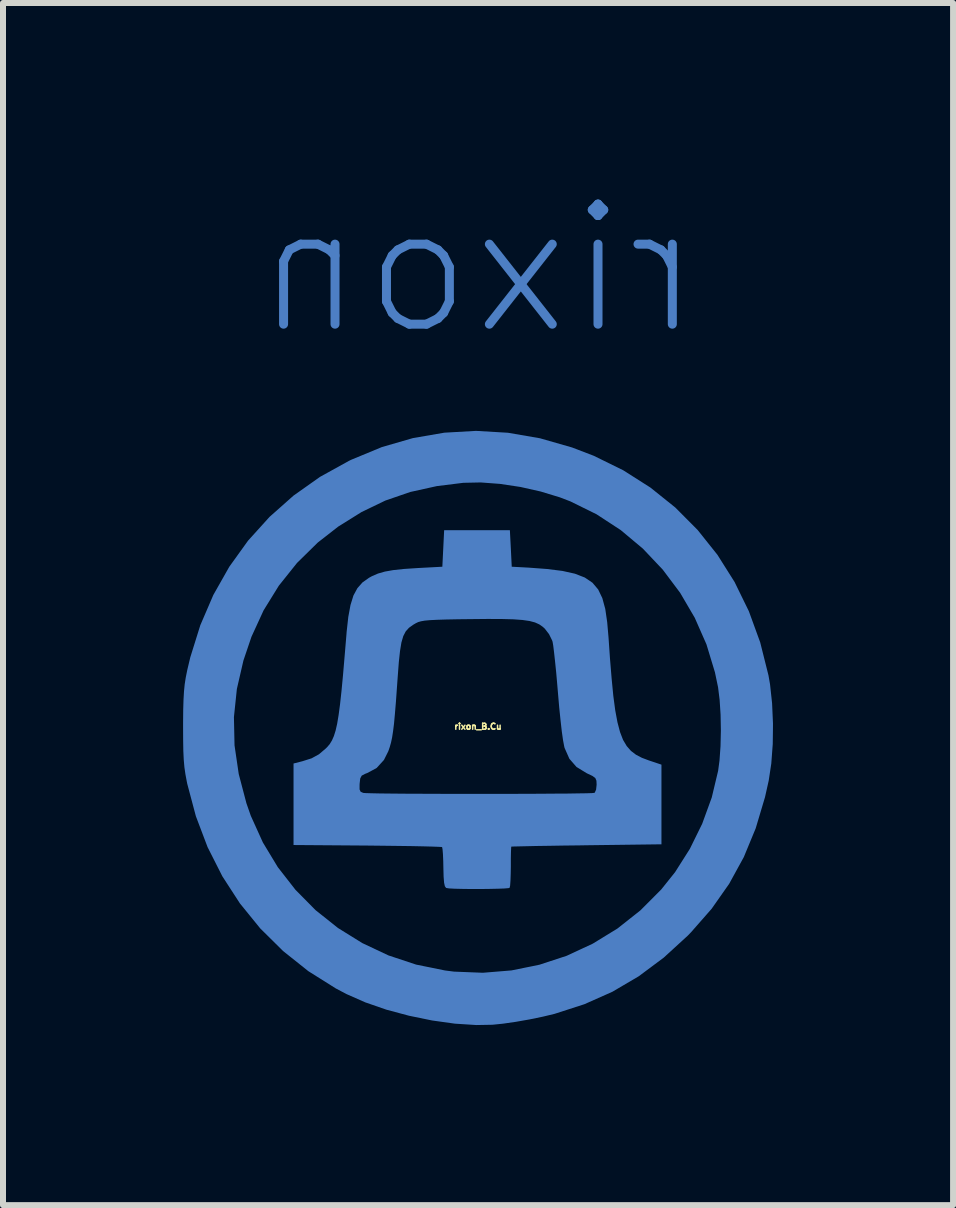
<source format=kicad_pcb>
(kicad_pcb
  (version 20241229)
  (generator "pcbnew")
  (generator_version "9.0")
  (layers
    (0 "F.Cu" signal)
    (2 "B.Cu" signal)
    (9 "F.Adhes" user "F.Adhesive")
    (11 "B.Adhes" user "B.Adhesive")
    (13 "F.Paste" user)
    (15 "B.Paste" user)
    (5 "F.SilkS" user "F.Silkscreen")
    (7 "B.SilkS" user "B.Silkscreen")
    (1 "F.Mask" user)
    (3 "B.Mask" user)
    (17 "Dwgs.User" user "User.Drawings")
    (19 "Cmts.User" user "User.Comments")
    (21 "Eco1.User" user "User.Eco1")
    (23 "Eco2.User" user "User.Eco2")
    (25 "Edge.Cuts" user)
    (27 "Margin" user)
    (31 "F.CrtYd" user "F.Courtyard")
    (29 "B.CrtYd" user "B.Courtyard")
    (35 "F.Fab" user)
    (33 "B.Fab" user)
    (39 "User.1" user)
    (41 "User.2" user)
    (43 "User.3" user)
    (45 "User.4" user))
  (footprint "rixon_B.Cu"
    (layer "F.Cu")
    (at 4.912 9.053)
    (property "Reference" "rixon_B.Cu" (at 0 0 0) (layer "F.SilkS") (effects (font (size 0.1 0.1) (thickness 0.025))))
    (attr board_only exclude_from_pos_files exclude_from_bom)
    (fp_poly (pts (xy -0.56 -4.895) (xy -1.083 -4.805) (xy -1.601 -4.655) (xy -2.111 -4.444) (xy -2.15 -4.425) (xy -2.631 -4.159) (xy -3.072 -3.847) (xy -3.472 -3.492) (xy -3.83 -3.096) (xy -4.142 -2.662) (xy -4.408 -2.192) (xy -4.625 -1.688) (xy -4.792 -1.153) (xy -4.842 -0.943) (xy -4.867 -0.82) (xy -4.885 -0.705) (xy -4.897 -0.585) (xy -4.905 -0.446) (xy -4.91 -0.276) (xy -4.912 -0.061) (xy -4.912 0) (xy -4.911 0.228) (xy -4.908 0.408) (xy -4.901 0.553) (xy -4.89 0.678) (xy -4.873 0.795) (xy -4.85 0.918) (xy -4.843 0.953) (xy -4.699 1.494) (xy -4.504 2.009) (xy -4.258 2.495) (xy -3.965 2.947) (xy -3.627 3.363) (xy -3.246 3.74) (xy -2.826 4.075) (xy -2.368 4.363) (xy -2.19 4.457) (xy -1.877 4.595) (xy -1.525 4.717) (xy -1.148 4.818) (xy -0.763 4.897) (xy -0.384 4.95) (xy -0.026 4.973) (xy 0.243 4.968) (xy 0.419 4.95) (xy 0.633 4.919) (xy 0.861 4.879) (xy 1.083 4.833) (xy 1.275 4.787) (xy 1.773 4.626) (xy 2.239 4.419) (xy 2.678 4.161) (xy 3.095 3.85) (xy 3.496 3.483) (xy 3.55 3.427) (xy 3.893 3.036) (xy 4.185 2.62) (xy 4.429 2.175) (xy 4.627 1.696) (xy 4.782 1.177) (xy 4.844 0.9) (xy 4.887 0.615) (xy 4.911 0.292) (xy 4.914 0.067) (xy 4.047 0.067) (xy 4.041 0.328) (xy 4.024 0.567) (xy 4.001 0.738) (xy 3.895 1.182) (xy 3.736 1.619) (xy 3.53 2.038) (xy 3.284 2.426) (xy 3.053 2.715) (xy 2.706 3.063) (xy 2.324 3.365) (xy 1.913 3.617) (xy 1.479 3.819) (xy 1.025 3.968) (xy 0.558 4.063) (xy 0.082 4.102) (xy -0.398 4.083) (xy -0.548 4.064) (xy -1.03 3.966) (xy -1.491 3.813) (xy -1.926 3.608) (xy -2.332 3.356) (xy -2.705 3.059) (xy -3.04 2.72) (xy -3.334 2.343) (xy -3.583 1.931) (xy -3.784 1.487) (xy -3.857 1.278) (xy -3.985 0.791) (xy -4.055 0.314) (xy -4.065 -0.157) (xy -4.016 -0.626) (xy -3.907 -1.099) (xy -3.773 -1.495) (xy -3.571 -1.935) (xy -3.317 -2.346) (xy -3.014 -2.725) (xy -2.668 -3.065) (xy -2.327 -3.331) (xy -1.939 -3.573) (xy -1.543 -3.764) (xy -1.128 -3.907) (xy -0.685 -4.005) (xy -0.243 -4.06) (xy 0.046 -4.066) (xy 0.368 -4.042) (xy 0.707 -3.991) (xy 1.045 -3.915) (xy 1.364 -3.818) (xy 1.541 -3.75) (xy 1.975 -3.536) (xy 2.379 -3.272) (xy 2.748 -2.963) (xy 3.079 -2.613) (xy 3.368 -2.228) (xy 3.612 -1.811) (xy 3.807 -1.368) (xy 3.948 -0.903) (xy 4 -0.654) (xy 4.026 -0.445) (xy 4.042 -0.198) (xy 4.047 0.067) (xy 4.914 0.067) (xy 4.915 -0.049) (xy 4.9 -0.387) (xy 4.866 -0.702) (xy 4.84 -0.852) (xy 4.702 -1.402) (xy 4.513 -1.921) (xy 4.275 -2.408) (xy 3.99 -2.86) (xy 3.66 -3.274) (xy 3.287 -3.649) (xy 2.873 -3.981) (xy 2.42 -4.269) (xy 1.93 -4.51) (xy 1.567 -4.649) (xy 1.033 -4.802) (xy 0.499 -4.894) (xy -0.032 -4.925)) (stroke (width 0) (type solid)) (fill yes) (layer "B.Cu"))
    (fp_poly (pts (xy -0.578 -2.966) (xy -0.593 -2.662) (xy -1.004 -2.64) (xy -1.231 -2.625) (xy -1.41 -2.606) (xy -1.551 -2.581) (xy -1.666 -2.548) (xy -1.767 -2.504) (xy -1.816 -2.477) (xy -1.923 -2.401) (xy -2.008 -2.305) (xy -2.074 -2.183) (xy -2.123 -2.025) (xy -2.16 -1.825) (xy -2.188 -1.572) (xy -2.19 -1.541) (xy -2.221 -1.171) (xy -2.248 -0.856) (xy -2.273 -0.592) (xy -2.297 -0.373) (xy -2.321 -0.193) (xy -2.345 -0.048) (xy -2.371 0.067) (xy -2.4 0.159) (xy -2.432 0.232) (xy -2.468 0.291) (xy -2.51 0.341) (xy -2.533 0.364) (xy -2.648 0.462) (xy -2.772 0.53) (xy -2.93 0.58) (xy -2.931 0.58) (xy -3.072 0.616) (xy -3.072 1.974) (xy -1.843 1.983) (xy -1.575 1.986) (xy -1.327 1.989) (xy -1.104 1.992) (xy -0.914 1.996) (xy -0.763 2) (xy -0.657 2.004) (xy -0.603 2.007) (xy -0.597 2.009) (xy -0.59 2.044) (xy -0.583 2.127) (xy -0.578 2.244) (xy -0.576 2.349) (xy -0.572 2.501) (xy -0.564 2.602) (xy -0.551 2.661) (xy -0.531 2.688) (xy -0.526 2.69) (xy -0.48 2.697) (xy -0.387 2.702) (xy -0.261 2.705) (xy -0.113 2.707) (xy 0.043 2.707) (xy 0.196 2.705) (xy 0.333 2.702) (xy 0.442 2.698) (xy 0.511 2.692) (xy 0.527 2.687) (xy 0.536 2.65) (xy 0.542 2.566) (xy 0.546 2.447) (xy 0.548 2.337) (xy 0.548 2.203) (xy 0.55 2.094) (xy 0.553 2.022) (xy 0.555 2.001) (xy 0.586 1.999) (xy 0.672 1.997) (xy 0.805 1.994) (xy 0.98 1.99) (xy 1.19 1.987) (xy 1.429 1.983) (xy 1.691 1.98) (xy 1.81 1.978) (xy 3.057 1.962) (xy 3.057 0.97) (xy 1.977 0.97) (xy 1.968 1.052) (xy 1.946 1.101) (xy 1.939 1.105) (xy 1.901 1.109) (xy 1.809 1.112) (xy 1.668 1.114) (xy 1.486 1.117) (xy 1.268 1.118) (xy 1.022 1.12) (xy 0.753 1.121) (xy 0.467 1.122) (xy 0.172 1.122) (xy -0.126 1.122) (xy -0.421 1.122) (xy -0.707 1.121) (xy -0.978 1.12) (xy -1.226 1.119) (xy -1.445 1.117) (xy -1.63 1.115) (xy -1.773 1.112) (xy -1.869 1.109) (xy -1.91 1.106) (xy -1.954 1.087) (xy -1.972 1.048) (xy -1.972 0.971) (xy -1.971 0.951) (xy -1.961 0.865) (xy -1.936 0.818) (xy -1.879 0.788) (xy -1.845 0.775) (xy -1.688 0.691) (xy -1.566 0.557) (xy -1.493 0.411) (xy -1.469 0.341) (xy -1.448 0.267) (xy -1.43 0.182) (xy -1.414 0.079) (xy -1.398 -0.05) (xy -1.383 -0.213) (xy -1.366 -0.417) (xy -1.348 -0.67) (xy -1.336 -0.836) (xy -1.318 -1.074) (xy -1.298 -1.259) (xy -1.275 -1.4) (xy -1.244 -1.506) (xy -1.203 -1.585) (xy -1.149 -1.645) (xy -1.079 -1.695) (xy -1.033 -1.722) (xy -0.995 -1.74) (xy -0.949 -1.753) (xy -0.887 -1.764) (xy -0.8 -1.772) (xy -0.682 -1.778) (xy -0.525 -1.783) (xy -0.32 -1.787) (xy -0.131 -1.789) (xy 0.161 -1.792) (xy 0.399 -1.791) (xy 0.59 -1.786) (xy 0.741 -1.775) (xy 0.859 -1.758) (xy 0.95 -1.734) (xy 1.021 -1.702) (xy 1.08 -1.661) (xy 1.114 -1.63) (xy 1.184 -1.539) (xy 1.235 -1.436) (xy 1.243 -1.413) (xy 1.254 -1.349) (xy 1.268 -1.235) (xy 1.285 -1.08) (xy 1.304 -0.895) (xy 1.322 -0.689) (xy 1.334 -0.548) (xy 1.354 -0.316) (xy 1.376 -0.103) (xy 1.397 0.083) (xy 1.418 0.231) (xy 1.437 0.331) (xy 1.443 0.356) (xy 1.523 0.537) (xy 1.642 0.674) (xy 1.807 0.775) (xy 1.816 0.78) (xy 1.907 0.823) (xy 1.955 0.858) (xy 1.974 0.903) (xy 1.977 0.97) (xy 3.057 0.97) (xy 3.057 0.635) (xy 2.845 0.564) (xy 2.731 0.521) (xy 2.633 0.47) (xy 2.549 0.406) (xy 2.478 0.325) (xy 2.417 0.222) (xy 2.367 0.092) (xy 2.324 -0.071) (xy 2.287 -0.27) (xy 2.255 -0.511) (xy 2.227 -0.8) (xy 2.199 -1.139) (xy 2.176 -1.475) (xy 2.153 -1.739) (xy 2.121 -1.959) (xy 2.072 -2.139) (xy 2.003 -2.283) (xy 1.907 -2.396) (xy 1.78 -2.482) (xy 1.615 -2.546) (xy 1.408 -2.592) (xy 1.153 -2.624) (xy 0.845 -2.647) (xy 0.715 -2.654) (xy 0.563 -2.662) (xy 0.548 -2.966) (xy 0.532 -3.27) (xy -0.563 -3.27)) (stroke (width 0) (type solid)) (fill yes) (layer "B.Cu"))
    (fp_text user "rixon" (at 0 -7.62 0) (unlocked yes) (layer "B.Cu") (effects (font (size 2 2) (thickness 0.15)) (justify mirror))))
  (gr_rect
    (start -3 -3)
    (end 12.827 17.026)
    (stroke (width 0.1) (type default))
    (fill no)
    (layer "Edge.Cuts")))
</source>
